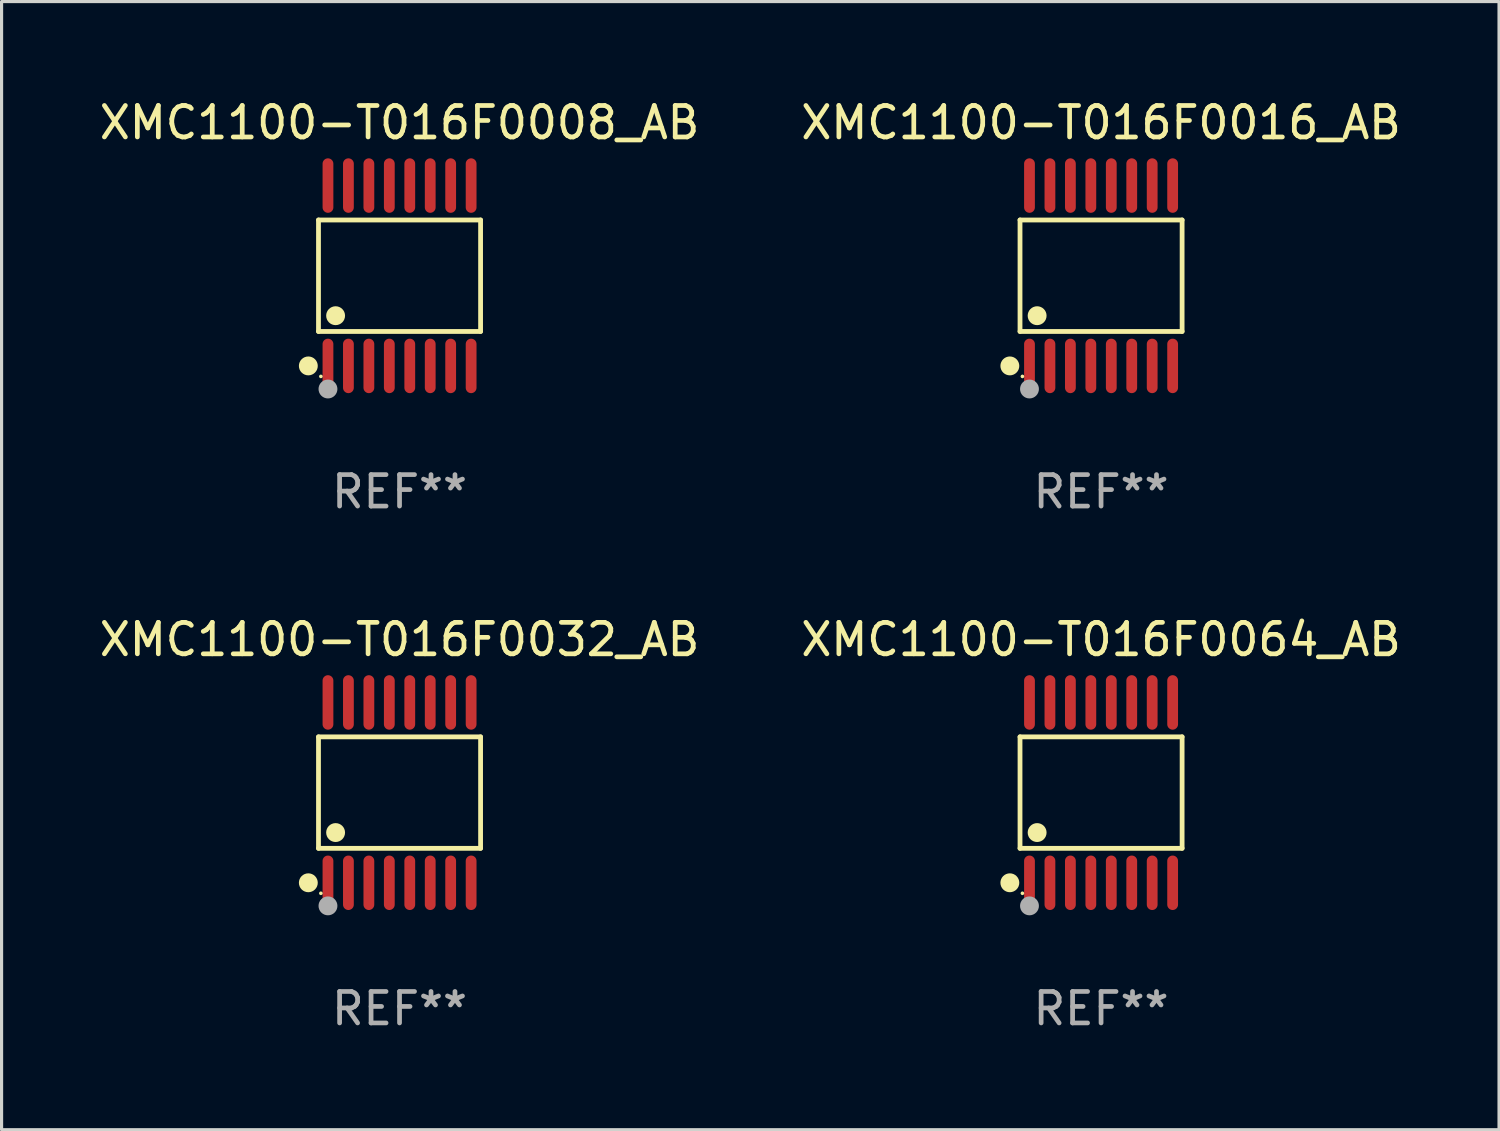
<source format=kicad_pcb>
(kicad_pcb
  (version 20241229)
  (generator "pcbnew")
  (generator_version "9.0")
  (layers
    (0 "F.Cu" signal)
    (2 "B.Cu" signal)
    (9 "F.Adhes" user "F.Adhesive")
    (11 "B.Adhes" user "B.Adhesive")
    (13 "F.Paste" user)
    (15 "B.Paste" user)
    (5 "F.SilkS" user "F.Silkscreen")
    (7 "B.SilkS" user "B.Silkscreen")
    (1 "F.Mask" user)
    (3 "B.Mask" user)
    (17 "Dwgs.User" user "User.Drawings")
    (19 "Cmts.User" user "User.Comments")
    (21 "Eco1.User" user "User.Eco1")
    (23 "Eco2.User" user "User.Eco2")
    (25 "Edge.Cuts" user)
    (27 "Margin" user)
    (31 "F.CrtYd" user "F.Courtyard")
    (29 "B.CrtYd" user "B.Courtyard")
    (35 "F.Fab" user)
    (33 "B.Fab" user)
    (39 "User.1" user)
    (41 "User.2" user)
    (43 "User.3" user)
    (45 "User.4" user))
  (footprint "XMC1100-T016F0064_AB"
    (layer "F.Cu")
    (at 31.946 22.142)
    (property "Reference" "XMC1100-T016F0064_AB" (at 0 -4.866 0) (layer "F.SilkS") (effects (font (size 1 1) (thickness 0.15))))
    (attr through_hole)
    (fp_line (start -2.576 -1.772) (end 2.576 -1.772) (stroke (width 0.152) (type solid)) (layer "F.SilkS"))
    (fp_line (start -2.576 1.771) (end -2.576 -1.772) (stroke (width 0.152) (type solid)) (layer "F.SilkS"))
    (fp_line (start 2.576 -1.772) (end 2.576 1.771) (stroke (width 0.152) (type solid)) (layer "F.SilkS"))
    (fp_line (start 2.576 1.771) (end -2.576 1.771) (stroke (width 0.152) (type solid)) (layer "F.SilkS"))
    (fp_circle (center -2.899 2.866) (end -2.749 2.866) (stroke (width 0.3) (type solid)) (fill no) (layer "F.SilkS"))
    (fp_circle (center -2.5 3.2) (end -2.47 3.2) (stroke (width 0.06) (type solid)) (fill no) (layer "F.SilkS"))
    (fp_circle (center -2.032 1.27) (end -1.882 1.27) (stroke (width 0.3) (type solid)) (fill no) (layer "F.SilkS"))
    (fp_circle (center -2.275 3.6) (end -2.125 3.6) (stroke (width 0.3) (type solid)) (fill no) (layer "F.Fab"))
    (fp_text user "REF**" (at 0 6.866 0) (layer "F.Fab") (effects (font (size 1 1) (thickness 0.15))))
    (pad "1" smd oval (at -2.275 2.866) (size 0.343 1.731) (layers "F.Cu" "F.Mask" "F.Paste"))
    (pad "2" smd oval (at -1.625 2.866) (size 0.343 1.731) (layers "F.Cu" "F.Mask" "F.Paste"))
    (pad "3" smd oval (at -0.975 2.866) (size 0.343 1.731) (layers "F.Cu" "F.Mask" "F.Paste"))
    (pad "4" smd oval (at -0.325 2.866) (size 0.343 1.731) (layers "F.Cu" "F.Mask" "F.Paste"))
    (pad "5" smd oval (at 0.325 2.866) (size 0.343 1.731) (layers "F.Cu" "F.Mask" "F.Paste"))
    (pad "6" smd oval (at 0.975 2.866) (size 0.343 1.731) (layers "F.Cu" "F.Mask" "F.Paste"))
    (pad "7" smd oval (at 1.625 2.866) (size 0.343 1.731) (layers "F.Cu" "F.Mask" "F.Paste"))
    (pad "8" smd oval (at 2.275 2.866) (size 0.343 1.731) (layers "F.Cu" "F.Mask" "F.Paste"))
    (pad "9" smd oval (at 2.275 -2.866) (size 0.343 1.731) (layers "F.Cu" "F.Mask" "F.Paste"))
    (pad "10" smd oval (at 1.625 -2.866) (size 0.343 1.731) (layers "F.Cu" "F.Mask" "F.Paste"))
    (pad "11" smd oval (at 0.975 -2.866) (size 0.343 1.731) (layers "F.Cu" "F.Mask" "F.Paste"))
    (pad "12" smd oval (at 0.325 -2.866) (size 0.343 1.731) (layers "F.Cu" "F.Mask" "F.Paste"))
    (pad "13" smd oval (at -0.325 -2.866) (size 0.343 1.731) (layers "F.Cu" "F.Mask" "F.Paste"))
    (pad "14" smd oval (at -0.975 -2.866) (size 0.343 1.731) (layers "F.Cu" "F.Mask" "F.Paste"))
    (pad "15" smd oval (at -1.625 -2.866) (size 0.343 1.731) (layers "F.Cu" "F.Mask" "F.Paste"))
    (pad "16" smd oval (at -2.275 -2.866) (size 0.343 1.731) (layers "F.Cu" "F.Mask" "F.Paste")))
  (footprint "XMC1100-T016F0008_AB"
    (layer "F.Cu")
    (at 9.649 5.714)
    (property "Reference" "XMC1100-T016F0008_AB" (at 0 -4.866 0) (layer "F.SilkS") (effects (font (size 1 1) (thickness 0.15))))
    (attr through_hole)
    (fp_line (start -2.576 -1.772) (end 2.576 -1.772) (stroke (width 0.152) (type solid)) (layer "F.SilkS"))
    (fp_line (start -2.576 1.771) (end -2.576 -1.772) (stroke (width 0.152) (type solid)) (layer "F.SilkS"))
    (fp_line (start 2.576 -1.772) (end 2.576 1.771) (stroke (width 0.152) (type solid)) (layer "F.SilkS"))
    (fp_line (start 2.576 1.771) (end -2.576 1.771) (stroke (width 0.152) (type solid)) (layer "F.SilkS"))
    (fp_circle (center -2.899 2.866) (end -2.749 2.866) (stroke (width 0.3) (type solid)) (fill no) (layer "F.SilkS"))
    (fp_circle (center -2.5 3.2) (end -2.47 3.2) (stroke (width 0.06) (type solid)) (fill no) (layer "F.SilkS"))
    (fp_circle (center -2.032 1.27) (end -1.882 1.27) (stroke (width 0.3) (type solid)) (fill no) (layer "F.SilkS"))
    (fp_circle (center -2.275 3.6) (end -2.125 3.6) (stroke (width 0.3) (type solid)) (fill no) (layer "F.Fab"))
    (fp_text user "REF**" (at 0 6.866 0) (layer "F.Fab") (effects (font (size 1 1) (thickness 0.15))))
    (pad "1" smd oval (at -2.275 2.866) (size 0.343 1.731) (layers "F.Cu" "F.Mask" "F.Paste"))
    (pad "2" smd oval (at -1.625 2.866) (size 0.343 1.731) (layers "F.Cu" "F.Mask" "F.Paste"))
    (pad "3" smd oval (at -0.975 2.866) (size 0.343 1.731) (layers "F.Cu" "F.Mask" "F.Paste"))
    (pad "4" smd oval (at -0.325 2.866) (size 0.343 1.731) (layers "F.Cu" "F.Mask" "F.Paste"))
    (pad "5" smd oval (at 0.325 2.866) (size 0.343 1.731) (layers "F.Cu" "F.Mask" "F.Paste"))
    (pad "6" smd oval (at 0.975 2.866) (size 0.343 1.731) (layers "F.Cu" "F.Mask" "F.Paste"))
    (pad "7" smd oval (at 1.625 2.866) (size 0.343 1.731) (layers "F.Cu" "F.Mask" "F.Paste"))
    (pad "8" smd oval (at 2.275 2.866) (size 0.343 1.731) (layers "F.Cu" "F.Mask" "F.Paste"))
    (pad "9" smd oval (at 2.275 -2.866) (size 0.343 1.731) (layers "F.Cu" "F.Mask" "F.Paste"))
    (pad "10" smd oval (at 1.625 -2.866) (size 0.343 1.731) (layers "F.Cu" "F.Mask" "F.Paste"))
    (pad "11" smd oval (at 0.975 -2.866) (size 0.343 1.731) (layers "F.Cu" "F.Mask" "F.Paste"))
    (pad "12" smd oval (at 0.325 -2.866) (size 0.343 1.731) (layers "F.Cu" "F.Mask" "F.Paste"))
    (pad "13" smd oval (at -0.325 -2.866) (size 0.343 1.731) (layers "F.Cu" "F.Mask" "F.Paste"))
    (pad "14" smd oval (at -0.975 -2.866) (size 0.343 1.731) (layers "F.Cu" "F.Mask" "F.Paste"))
    (pad "15" smd oval (at -1.625 -2.866) (size 0.343 1.731) (layers "F.Cu" "F.Mask" "F.Paste"))
    (pad "16" smd oval (at -2.275 -2.866) (size 0.343 1.731) (layers "F.Cu" "F.Mask" "F.Paste")))
  (footprint "XMC1100-T016F0032_AB"
    (layer "F.Cu")
    (at 9.649 22.142)
    (property "Reference" "XMC1100-T016F0032_AB" (at 0 -4.866 0) (layer "F.SilkS") (effects (font (size 1 1) (thickness 0.15))))
    (attr through_hole)
    (fp_line (start -2.576 -1.772) (end 2.576 -1.772) (stroke (width 0.152) (type solid)) (layer "F.SilkS"))
    (fp_line (start -2.576 1.771) (end -2.576 -1.772) (stroke (width 0.152) (type solid)) (layer "F.SilkS"))
    (fp_line (start 2.576 -1.772) (end 2.576 1.771) (stroke (width 0.152) (type solid)) (layer "F.SilkS"))
    (fp_line (start 2.576 1.771) (end -2.576 1.771) (stroke (width 0.152) (type solid)) (layer "F.SilkS"))
    (fp_circle (center -2.899 2.866) (end -2.749 2.866) (stroke (width 0.3) (type solid)) (fill no) (layer "F.SilkS"))
    (fp_circle (center -2.5 3.2) (end -2.47 3.2) (stroke (width 0.06) (type solid)) (fill no) (layer "F.SilkS"))
    (fp_circle (center -2.032 1.27) (end -1.882 1.27) (stroke (width 0.3) (type solid)) (fill no) (layer "F.SilkS"))
    (fp_circle (center -2.275 3.6) (end -2.125 3.6) (stroke (width 0.3) (type solid)) (fill no) (layer "F.Fab"))
    (fp_text user "REF**" (at 0 6.866 0) (layer "F.Fab") (effects (font (size 1 1) (thickness 0.15))))
    (pad "1" smd oval (at -2.275 2.866) (size 0.343 1.731) (layers "F.Cu" "F.Mask" "F.Paste"))
    (pad "2" smd oval (at -1.625 2.866) (size 0.343 1.731) (layers "F.Cu" "F.Mask" "F.Paste"))
    (pad "3" smd oval (at -0.975 2.866) (size 0.343 1.731) (layers "F.Cu" "F.Mask" "F.Paste"))
    (pad "4" smd oval (at -0.325 2.866) (size 0.343 1.731) (layers "F.Cu" "F.Mask" "F.Paste"))
    (pad "5" smd oval (at 0.325 2.866) (size 0.343 1.731) (layers "F.Cu" "F.Mask" "F.Paste"))
    (pad "6" smd oval (at 0.975 2.866) (size 0.343 1.731) (layers "F.Cu" "F.Mask" "F.Paste"))
    (pad "7" smd oval (at 1.625 2.866) (size 0.343 1.731) (layers "F.Cu" "F.Mask" "F.Paste"))
    (pad "8" smd oval (at 2.275 2.866) (size 0.343 1.731) (layers "F.Cu" "F.Mask" "F.Paste"))
    (pad "9" smd oval (at 2.275 -2.866) (size 0.343 1.731) (layers "F.Cu" "F.Mask" "F.Paste"))
    (pad "10" smd oval (at 1.625 -2.866) (size 0.343 1.731) (layers "F.Cu" "F.Mask" "F.Paste"))
    (pad "11" smd oval (at 0.975 -2.866) (size 0.343 1.731) (layers "F.Cu" "F.Mask" "F.Paste"))
    (pad "12" smd oval (at 0.325 -2.866) (size 0.343 1.731) (layers "F.Cu" "F.Mask" "F.Paste"))
    (pad "13" smd oval (at -0.325 -2.866) (size 0.343 1.731) (layers "F.Cu" "F.Mask" "F.Paste"))
    (pad "14" smd oval (at -0.975 -2.866) (size 0.343 1.731) (layers "F.Cu" "F.Mask" "F.Paste"))
    (pad "15" smd oval (at -1.625 -2.866) (size 0.343 1.731) (layers "F.Cu" "F.Mask" "F.Paste"))
    (pad "16" smd oval (at -2.275 -2.866) (size 0.343 1.731) (layers "F.Cu" "F.Mask" "F.Paste")))
  (footprint "XMC1100-T016F0016_AB"
    (layer "F.Cu")
    (at 31.946 5.714)
    (property "Reference" "XMC1100-T016F0016_AB" (at 0 -4.866 0) (layer "F.SilkS") (effects (font (size 1 1) (thickness 0.15))))
    (attr through_hole)
    (fp_line (start -2.576 -1.772) (end 2.576 -1.772) (stroke (width 0.152) (type solid)) (layer "F.SilkS"))
    (fp_line (start -2.576 1.771) (end -2.576 -1.772) (stroke (width 0.152) (type solid)) (layer "F.SilkS"))
    (fp_line (start 2.576 -1.772) (end 2.576 1.771) (stroke (width 0.152) (type solid)) (layer "F.SilkS"))
    (fp_line (start 2.576 1.771) (end -2.576 1.771) (stroke (width 0.152) (type solid)) (layer "F.SilkS"))
    (fp_circle (center -2.899 2.866) (end -2.749 2.866) (stroke (width 0.3) (type solid)) (fill no) (layer "F.SilkS"))
    (fp_circle (center -2.5 3.2) (end -2.47 3.2) (stroke (width 0.06) (type solid)) (fill no) (layer "F.SilkS"))
    (fp_circle (center -2.032 1.27) (end -1.882 1.27) (stroke (width 0.3) (type solid)) (fill no) (layer "F.SilkS"))
    (fp_circle (center -2.275 3.6) (end -2.125 3.6) (stroke (width 0.3) (type solid)) (fill no) (layer "F.Fab"))
    (fp_text user "REF**" (at 0 6.866 0) (layer "F.Fab") (effects (font (size 1 1) (thickness 0.15))))
    (pad "1" smd oval (at -2.275 2.866) (size 0.343 1.731) (layers "F.Cu" "F.Mask" "F.Paste"))
    (pad "2" smd oval (at -1.625 2.866) (size 0.343 1.731) (layers "F.Cu" "F.Mask" "F.Paste"))
    (pad "3" smd oval (at -0.975 2.866) (size 0.343 1.731) (layers "F.Cu" "F.Mask" "F.Paste"))
    (pad "4" smd oval (at -0.325 2.866) (size 0.343 1.731) (layers "F.Cu" "F.Mask" "F.Paste"))
    (pad "5" smd oval (at 0.325 2.866) (size 0.343 1.731) (layers "F.Cu" "F.Mask" "F.Paste"))
    (pad "6" smd oval (at 0.975 2.866) (size 0.343 1.731) (layers "F.Cu" "F.Mask" "F.Paste"))
    (pad "7" smd oval (at 1.625 2.866) (size 0.343 1.731) (layers "F.Cu" "F.Mask" "F.Paste"))
    (pad "8" smd oval (at 2.275 2.866) (size 0.343 1.731) (layers "F.Cu" "F.Mask" "F.Paste"))
    (pad "9" smd oval (at 2.275 -2.866) (size 0.343 1.731) (layers "F.Cu" "F.Mask" "F.Paste"))
    (pad "10" smd oval (at 1.625 -2.866) (size 0.343 1.731) (layers "F.Cu" "F.Mask" "F.Paste"))
    (pad "11" smd oval (at 0.975 -2.866) (size 0.343 1.731) (layers "F.Cu" "F.Mask" "F.Paste"))
    (pad "12" smd oval (at 0.325 -2.866) (size 0.343 1.731) (layers "F.Cu" "F.Mask" "F.Paste"))
    (pad "13" smd oval (at -0.325 -2.866) (size 0.343 1.731) (layers "F.Cu" "F.Mask" "F.Paste"))
    (pad "14" smd oval (at -0.975 -2.866) (size 0.343 1.731) (layers "F.Cu" "F.Mask" "F.Paste"))
    (pad "15" smd oval (at -1.625 -2.866) (size 0.343 1.731) (layers "F.Cu" "F.Mask" "F.Paste"))
    (pad "16" smd oval (at -2.275 -2.866) (size 0.343 1.731) (layers "F.Cu" "F.Mask" "F.Paste")))
  (gr_rect
    (start -3 -3)
    (end 44.595 32.856)
    (stroke (width 0.1) (type default))
    (fill no)
    (layer "Edge.Cuts")))
</source>
